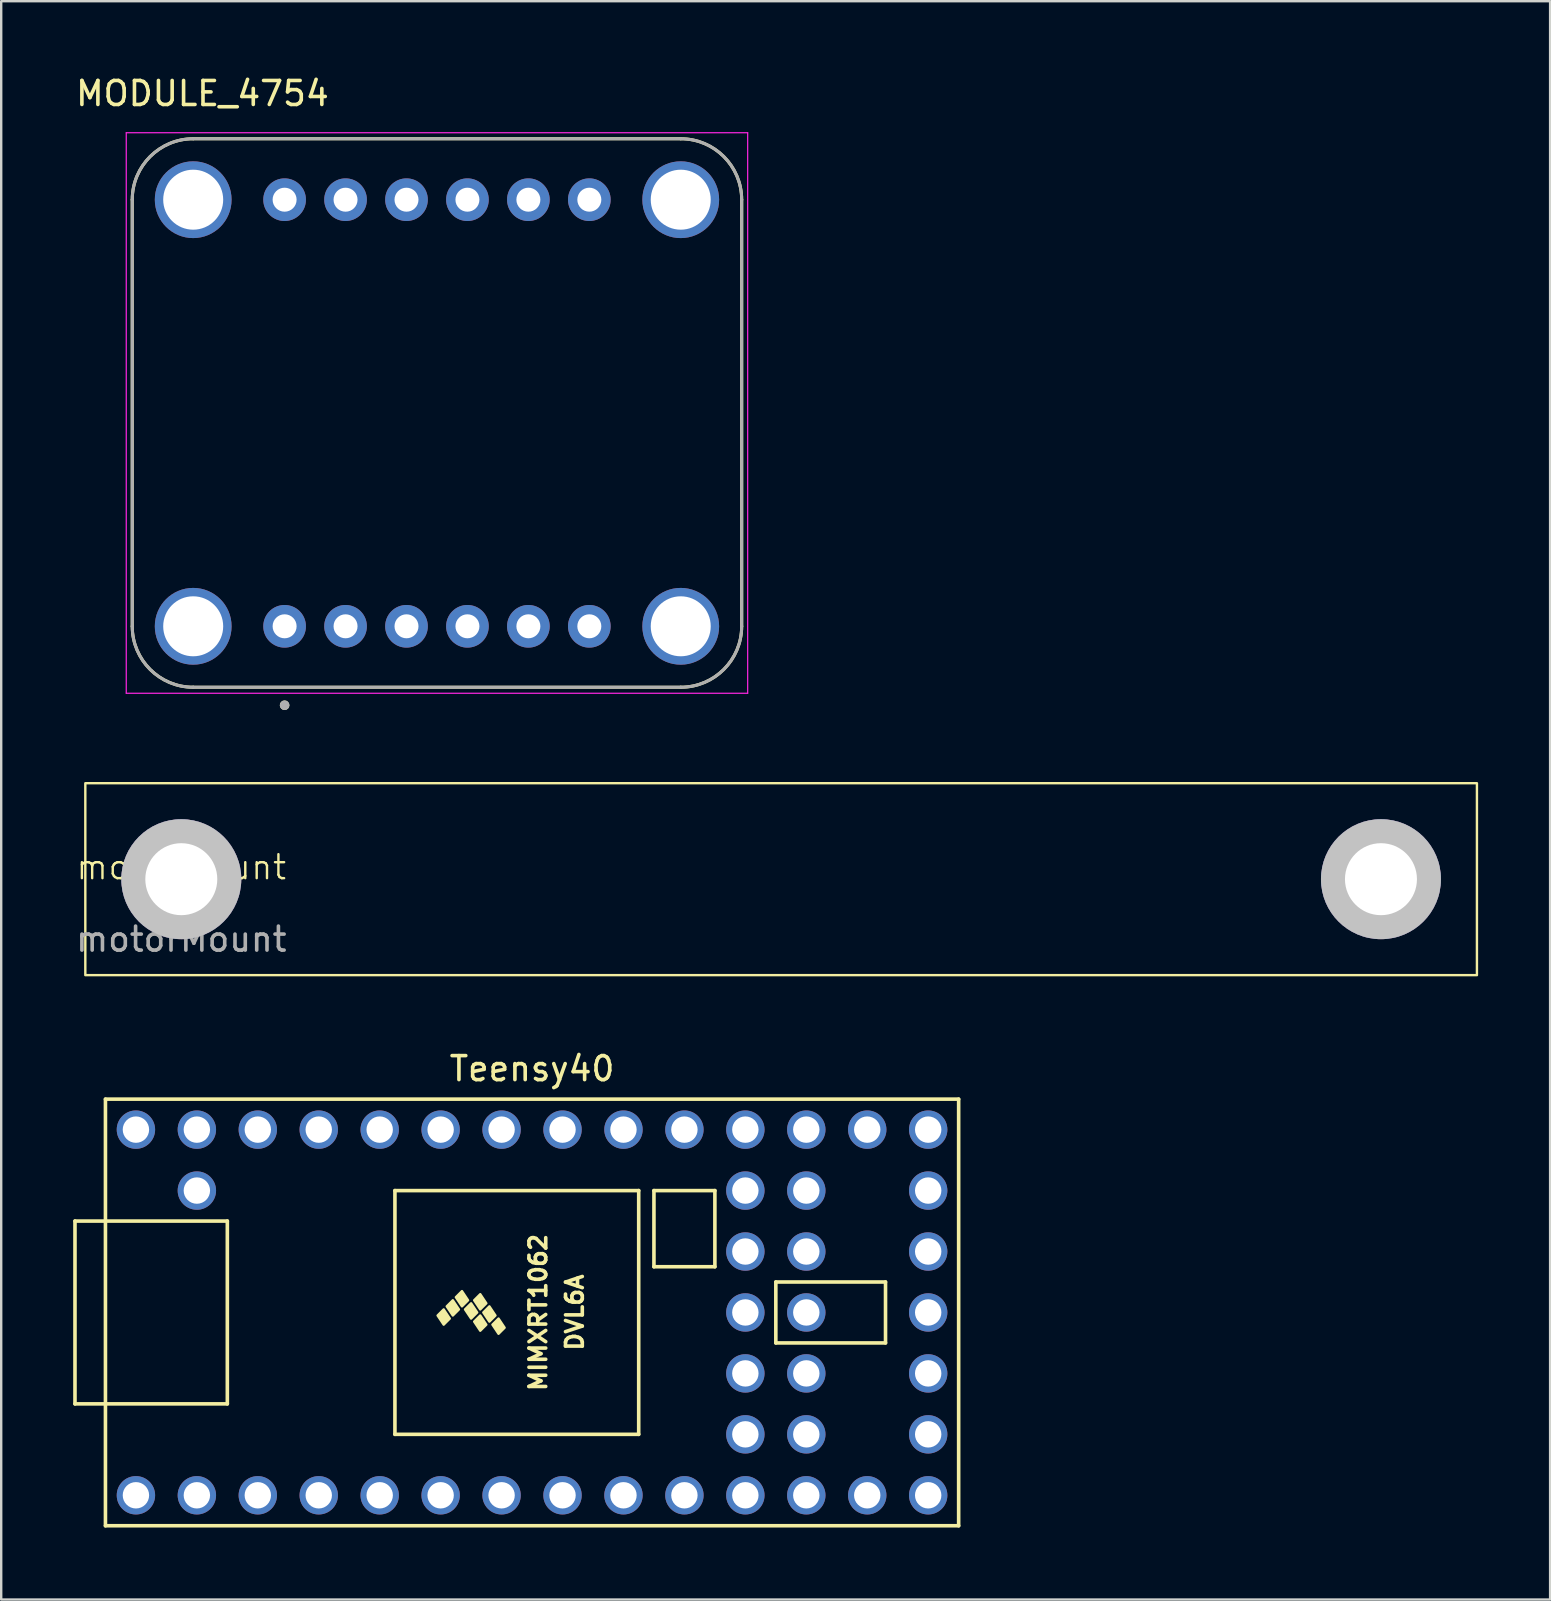
<source format=kicad_pcb>
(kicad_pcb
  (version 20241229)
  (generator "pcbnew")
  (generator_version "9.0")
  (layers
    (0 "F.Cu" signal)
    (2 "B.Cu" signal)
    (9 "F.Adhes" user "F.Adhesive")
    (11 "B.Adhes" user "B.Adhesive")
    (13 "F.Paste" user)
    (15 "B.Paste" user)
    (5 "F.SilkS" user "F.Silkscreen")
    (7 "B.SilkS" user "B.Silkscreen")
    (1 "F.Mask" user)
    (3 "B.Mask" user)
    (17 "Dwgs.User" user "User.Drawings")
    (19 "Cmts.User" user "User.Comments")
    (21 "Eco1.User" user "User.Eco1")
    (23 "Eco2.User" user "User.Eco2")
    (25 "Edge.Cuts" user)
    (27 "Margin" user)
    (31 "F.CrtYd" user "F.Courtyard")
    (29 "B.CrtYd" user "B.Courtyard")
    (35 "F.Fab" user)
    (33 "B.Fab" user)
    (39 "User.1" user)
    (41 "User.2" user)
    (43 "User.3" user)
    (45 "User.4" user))
  (footprint "MODULE_4754"
    (layer "F.Cu")
    (at 15.162 14.163)
    (property "Reference" "MODULE_4754" (at -9.775 -13.315 0) (layer "F.SilkS") (effects (font (size 1 1) (thickness 0.15))))
    (attr through_hole)
    (fp_line (start -12.7 -8.89) (end -12.7 8.89) (stroke (width 0.127) (type solid)) (layer "F.SilkS"))
    (fp_line (start -10.16 11.43) (end 10.16 11.43) (stroke (width 0.127) (type solid)) (layer "F.SilkS"))
    (fp_line (start 10.16 -11.43) (end -10.16 -11.43) (stroke (width 0.127) (type solid)) (layer "F.SilkS"))
    (fp_line (start 12.7 8.89) (end 12.7 -8.89) (stroke (width 0.127) (type solid)) (layer "F.SilkS"))
    (fp_arc (start -12.7 -8.89) (mid -11.956051 -10.686051) (end -10.16 -11.43) (stroke (width 0.127) (type solid)) (layer "F.SilkS"))
    (fp_arc (start -10.16 11.43) (mid -11.956051 10.686051) (end -12.7 8.89) (stroke (width 0.127) (type solid)) (layer "F.SilkS"))
    (fp_arc (start 10.16 -11.43) (mid 11.956051 -10.686051) (end 12.7 -8.89) (stroke (width 0.127) (type solid)) (layer "F.SilkS"))
    (fp_arc (start 12.7 8.89) (mid 11.956051 10.686051) (end 10.16 11.43) (stroke (width 0.127) (type solid)) (layer "F.SilkS"))
    (fp_circle (center -6.35 12.18) (end -6.25 12.18) (stroke (width 0.2) (type solid)) (fill no) (layer "F.SilkS"))
    (fp_line (start -12.95 -11.68) (end -12.95 11.68) (stroke (width 0.05) (type solid)) (layer "F.CrtYd"))
    (fp_line (start -12.95 11.68) (end 12.95 11.68) (stroke (width 0.05) (type solid)) (layer "F.CrtYd"))
    (fp_line (start 12.95 -11.68) (end -12.95 -11.68) (stroke (width 0.05) (type solid)) (layer "F.CrtYd"))
    (fp_line (start 12.95 11.68) (end 12.95 -11.68) (stroke (width 0.05) (type solid)) (layer "F.CrtYd"))
    (fp_line (start -12.7 -8.89) (end -12.7 8.89) (stroke (width 0.127) (type solid)) (layer "F.Fab"))
    (fp_line (start -10.16 11.43) (end 10.16 11.43) (stroke (width 0.127) (type solid)) (layer "F.Fab"))
    (fp_line (start 10.16 -11.43) (end -10.16 -11.43) (stroke (width 0.127) (type solid)) (layer "F.Fab"))
    (fp_line (start 12.7 8.89) (end 12.7 -8.89) (stroke (width 0.127) (type solid)) (layer "F.Fab"))
    (fp_arc (start -12.7 -8.89) (mid -11.956051 -10.686051) (end -10.16 -11.43) (stroke (width 0.127) (type solid)) (layer "F.Fab"))
    (fp_arc (start -10.16 11.43) (mid -11.956051 10.686051) (end -12.7 8.89) (stroke (width 0.127) (type solid)) (layer "F.Fab"))
    (fp_arc (start 10.16 -11.43) (mid 11.956051 -10.686051) (end 12.7 -8.89) (stroke (width 0.127) (type solid)) (layer "F.Fab"))
    (fp_arc (start 12.7 8.89) (mid 11.956051 10.686051) (end 10.16 11.43) (stroke (width 0.127) (type solid)) (layer "F.Fab"))
    (fp_circle (center -6.35 12.18) (end -6.25 12.18) (stroke (width 0.2) (type solid)) (fill no) (layer "F.Fab"))
    (pad "JP1_1" thru_hole circle (at -6.35 8.89) (size 1.778 1.778) (drill 1) (layers "*.Cu" "*.Mask"))
    (pad "JP1_2" thru_hole circle (at -3.81 8.89) (size 1.778 1.778) (drill 1) (layers "*.Cu" "*.Mask"))
    (pad "JP1_3" thru_hole circle (at -1.27 8.89) (size 1.778 1.778) (drill 1) (layers "*.Cu" "*.Mask"))
    (pad "JP1_4" thru_hole circle (at 1.27 8.89) (size 1.778 1.778) (drill 1) (layers "*.Cu" "*.Mask"))
    (pad "JP1_5" thru_hole circle (at 3.81 8.89) (size 1.778 1.778) (drill 1) (layers "*.Cu" "*.Mask"))
    (pad "JP1_6" thru_hole circle (at 6.35 8.89) (size 1.778 1.778) (drill 1) (layers "*.Cu" "*.Mask"))
    (pad "JP2_1" thru_hole circle (at -6.35 -8.89) (size 1.778 1.778) (drill 1) (layers "*.Cu" "*.Mask"))
    (pad "JP2_2" thru_hole circle (at -3.81 -8.89) (size 1.778 1.778) (drill 1) (layers "*.Cu" "*.Mask"))
    (pad "JP2_3" thru_hole circle (at -1.27 -8.89) (size 1.778 1.778) (drill 1) (layers "*.Cu" "*.Mask"))
    (pad "JP2_4" thru_hole circle (at 1.27 -8.89) (size 1.778 1.778) (drill 1) (layers "*.Cu" "*.Mask"))
    (pad "JP2_5" thru_hole circle (at 3.81 -8.89) (size 1.778 1.778) (drill 1) (layers "*.Cu" "*.Mask"))
    (pad "JP2_6" thru_hole circle (at 6.35 -8.89) (size 1.778 1.778) (drill 1) (layers "*.Cu" "*.Mask"))
    (pad "P1" thru_hole circle (at -10.16 -8.89) (size 3.2 3.2) (drill 2.5) (layers "*.Cu" "*.Mask"))
    (pad "P2" thru_hole circle (at 10.16 -8.89) (size 3.2 3.2) (drill 2.5) (layers "*.Cu" "*.Mask"))
    (pad "P3" thru_hole circle (at -10.16 8.89) (size 3.2 3.2) (drill 2.5) (layers "*.Cu" "*.Mask"))
    (pad "P4" thru_hole circle (at 10.16 8.89) (size 3.2 3.2) (drill 2.5) (layers "*.Cu" "*.Mask")))
  (footprint "Teensy40"
    (layer "F.Cu")
    (at 19.125 51.651)
    (property "Reference" "Teensy40" (at 0 -10.16 0) (layer "F.SilkS") (effects (font (size 1 1) (thickness 0.15))))
    (attr through_hole)
    (fp_line (start -19.05 -3.81) (end -17.78 -3.81) (stroke (width 0.15) (type solid)) (layer "F.SilkS"))
    (fp_line (start -19.05 3.81) (end -19.05 -3.81) (stroke (width 0.15) (type solid)) (layer "F.SilkS"))
    (fp_line (start -17.78 -8.89) (end 17.78 -8.89) (stroke (width 0.15) (type solid)) (layer "F.SilkS"))
    (fp_line (start -17.78 3.81) (end -19.05 3.81) (stroke (width 0.15) (type solid)) (layer "F.SilkS"))
    (fp_line (start -17.78 8.89) (end -17.78 -8.89) (stroke (width 0.15) (type solid)) (layer "F.SilkS"))
    (fp_line (start -12.7 -3.81) (end -17.78 -3.81) (stroke (width 0.15) (type solid)) (layer "F.SilkS"))
    (fp_line (start -12.7 3.81) (end -17.78 3.81) (stroke (width 0.15) (type solid)) (layer "F.SilkS"))
    (fp_line (start -12.7 3.81) (end -12.7 -3.81) (stroke (width 0.15) (type solid)) (layer "F.SilkS"))
    (fp_line (start -5.715 -5.08) (end -5.715 5.08) (stroke (width 0.15) (type solid)) (layer "F.SilkS"))
    (fp_line (start 4.445 -5.08) (end -5.715 -5.08) (stroke (width 0.15) (type solid)) (layer "F.SilkS"))
    (fp_line (start 4.445 5.08) (end -5.715 5.08) (stroke (width 0.15) (type solid)) (layer "F.SilkS"))
    (fp_line (start 4.445 5.08) (end 4.445 -5.08) (stroke (width 0.15) (type solid)) (layer "F.SilkS"))
    (fp_line (start 5.08 -5.08) (end 7.62 -5.08) (stroke (width 0.15) (type solid)) (layer "F.SilkS"))
    (fp_line (start 5.08 -1.905) (end 5.08 -5.08) (stroke (width 0.15) (type solid)) (layer "F.SilkS"))
    (fp_line (start 7.62 -5.08) (end 7.62 -1.905) (stroke (width 0.15) (type solid)) (layer "F.SilkS"))
    (fp_line (start 7.62 -1.905) (end 5.08 -1.905) (stroke (width 0.15) (type solid)) (layer "F.SilkS"))
    (fp_line (start 10.16 -1.27) (end 14.732 -1.27) (stroke (width 0.15) (type solid)) (layer "F.SilkS"))
    (fp_line (start 10.16 1.27) (end 10.16 -1.27) (stroke (width 0.15) (type solid)) (layer "F.SilkS"))
    (fp_line (start 14.732 -1.27) (end 14.732 1.27) (stroke (width 0.15) (type solid)) (layer "F.SilkS"))
    (fp_line (start 14.732 1.27) (end 10.16 1.27) (stroke (width 0.15) (type solid)) (layer "F.SilkS"))
    (fp_line (start 17.78 -8.89) (end 17.78 8.89) (stroke (width 0.15) (type solid)) (layer "F.SilkS"))
    (fp_line (start 17.78 8.89) (end -17.78 8.89) (stroke (width 0.15) (type solid)) (layer "F.SilkS"))
    (fp_poly (pts (xy -3.937 0.127) (xy -3.683 -0.127) (xy -3.429 0.254) (xy -3.683 0.508)) (stroke (width 0.1) (type solid)) (fill yes) (layer "F.SilkS"))
    (fp_poly (pts (xy -3.556 -0.254) (xy -3.302 -0.508) (xy -3.048 -0.127) (xy -3.302 0.127)) (stroke (width 0.1) (type solid)) (fill yes) (layer "F.SilkS"))
    (fp_poly (pts (xy -3.175 -0.635) (xy -2.921 -0.889) (xy -2.667 -0.508) (xy -2.921 -0.254)) (stroke (width 0.1) (type solid)) (fill yes) (layer "F.SilkS"))
    (fp_poly (pts (xy -2.794 -0.127) (xy -2.54 -0.381) (xy -2.286 0) (xy -2.54 0.254)) (stroke (width 0.1) (type solid)) (fill yes) (layer "F.SilkS"))
    (fp_poly (pts (xy -2.413 -0.508) (xy -2.159 -0.762) (xy -1.905 -0.381) (xy -2.159 -0.127)) (stroke (width 0.1) (type solid)) (fill yes) (layer "F.SilkS"))
    (fp_poly (pts (xy -2.413 0.381) (xy -2.159 0.127) (xy -1.905 0.508) (xy -2.159 0.762)) (stroke (width 0.1) (type solid)) (fill yes) (layer "F.SilkS"))
    (fp_poly (pts (xy -2.032 0) (xy -1.778 -0.254) (xy -1.524 0.127) (xy -1.778 0.381)) (stroke (width 0.1) (type solid)) (fill yes) (layer "F.SilkS"))
    (fp_poly (pts (xy -1.651 0.508) (xy -1.397 0.254) (xy -1.143 0.635) (xy -1.397 0.889)) (stroke (width 0.1) (type solid)) (fill yes) (layer "F.SilkS"))
    (fp_text user "DVL6A" (at 1.778 0 90) (layer "F.SilkS") (effects (font (size 0.7 0.7) (thickness 0.15))))
    (fp_text user "MIMXRT1062" (at 0.254 0 90) (layer "F.SilkS") (effects (font (size 0.7 0.7) (thickness 0.15))))
    (pad "1" thru_hole circle (at -16.51 7.62) (size 1.6 1.6) (drill 1.1) (layers "*.Cu" "*.Mask"))
    (pad "2" thru_hole circle (at -13.97 7.62) (size 1.6 1.6) (drill 1.1) (layers "*.Cu" "*.Mask"))
    (pad "3" thru_hole circle (at -11.43 7.62) (size 1.6 1.6) (drill 1.1) (layers "*.Cu" "*.Mask"))
    (pad "4" thru_hole circle (at -8.89 7.62) (size 1.6 1.6) (drill 1.1) (layers "*.Cu" "*.Mask"))
    (pad "5" thru_hole circle (at -6.35 7.62) (size 1.6 1.6) (drill 1.1) (layers "*.Cu" "*.Mask"))
    (pad "6" thru_hole circle (at -3.81 7.62) (size 1.6 1.6) (drill 1.1) (layers "*.Cu" "*.Mask"))
    (pad "7" thru_hole circle (at -1.27 7.62) (size 1.6 1.6) (drill 1.1) (layers "*.Cu" "*.Mask"))
    (pad "8" thru_hole circle (at 1.27 7.62) (size 1.6 1.6) (drill 1.1) (layers "*.Cu" "*.Mask"))
    (pad "9" thru_hole circle (at 3.81 7.62) (size 1.6 1.6) (drill 1.1) (layers "*.Cu" "*.Mask"))
    (pad "10" thru_hole circle (at 6.35 7.62) (size 1.6 1.6) (drill 1.1) (layers "*.Cu" "*.Mask"))
    (pad "11" thru_hole circle (at 8.89 7.62) (size 1.6 1.6) (drill 1.1) (layers "*.Cu" "*.Mask"))
    (pad "12" thru_hole circle (at 11.43 7.62) (size 1.6 1.6) (drill 1.1) (layers "*.Cu" "*.Mask"))
    (pad "13" thru_hole circle (at 13.97 7.62) (size 1.6 1.6) (drill 1.1) (layers "*.Cu" "*.Mask"))
    (pad "14" thru_hole circle (at 16.51 7.62) (size 1.6 1.6) (drill 1.1) (layers "*.Cu" "*.Mask"))
    (pad "15" thru_hole circle (at 16.51 5.08) (size 1.6 1.6) (drill 1.1) (layers "*.Cu" "*.Mask"))
    (pad "16" thru_hole circle (at 16.51 2.54) (size 1.6 1.6) (drill 1.1) (layers "*.Cu" "*.Mask"))
    (pad "17" thru_hole circle (at 16.51 0) (size 1.6 1.6) (drill 1.1) (layers "*.Cu" "*.Mask"))
    (pad "18" thru_hole circle (at 16.51 -2.54) (size 1.6 1.6) (drill 1.1) (layers "*.Cu" "*.Mask"))
    (pad "19" thru_hole circle (at 16.51 -5.08) (size 1.6 1.6) (drill 1.1) (layers "*.Cu" "*.Mask"))
    (pad "20" thru_hole circle (at 16.51 -7.62) (size 1.6 1.6) (drill 1.1) (layers "*.Cu" "*.Mask"))
    (pad "21" thru_hole circle (at 13.97 -7.62) (size 1.6 1.6) (drill 1.1) (layers "*.Cu" "*.Mask"))
    (pad "22" thru_hole circle (at 11.43 -7.62) (size 1.6 1.6) (drill 1.1) (layers "*.Cu" "*.Mask"))
    (pad "23" thru_hole circle (at 8.89 -7.62) (size 1.6 1.6) (drill 1.1) (layers "*.Cu" "*.Mask"))
    (pad "24" thru_hole circle (at 6.35 -7.62) (size 1.6 1.6) (drill 1.1) (layers "*.Cu" "*.Mask"))
    (pad "25" thru_hole circle (at 3.81 -7.62) (size 1.6 1.6) (drill 1.1) (layers "*.Cu" "*.Mask"))
    (pad "26" thru_hole circle (at 1.27 -7.62) (size 1.6 1.6) (drill 1.1) (layers "*.Cu" "*.Mask"))
    (pad "27" thru_hole circle (at -1.27 -7.62) (size 1.6 1.6) (drill 1.1) (layers "*.Cu" "*.Mask"))
    (pad "28" thru_hole circle (at -3.81 -7.62) (size 1.6 1.6) (drill 1.1) (layers "*.Cu" "*.Mask"))
    (pad "29" thru_hole circle (at -6.35 -7.62) (size 1.6 1.6) (drill 1.1) (layers "*.Cu" "*.Mask"))
    (pad "30" thru_hole circle (at -8.89 -7.62) (size 1.6 1.6) (drill 1.1) (layers "*.Cu" "*.Mask"))
    (pad "31" thru_hole circle (at -11.43 -7.62) (size 1.6 1.6) (drill 1.1) (layers "*.Cu" "*.Mask"))
    (pad "32" thru_hole circle (at -13.97 -7.62) (size 1.6 1.6) (drill 1.1) (layers "*.Cu" "*.Mask"))
    (pad "33" thru_hole circle (at -16.51 -7.62) (size 1.6 1.6) (drill 1.1) (layers "*.Cu" "*.Mask"))
    (pad "34" thru_hole circle (at -13.97 -5.08) (size 1.6 1.6) (drill 1.1) (layers "*.Cu" "*.Mask"))
    (pad "35" thru_hole circle (at 11.43 -5.08) (size 1.6 1.6) (drill 1.1) (layers "*.Cu" "*.Mask"))
    (pad "36" thru_hole circle (at 8.89 -5.08) (size 1.6 1.6) (drill 1.1) (layers "*.Cu" "*.Mask"))
    (pad "37" thru_hole circle (at 11.43 -2.54) (size 1.6 1.6) (drill 1.1) (layers "*.Cu" "*.Mask"))
    (pad "38" thru_hole circle (at 8.89 -2.54) (size 1.6 1.6) (drill 1.1) (layers "*.Cu" "*.Mask"))
    (pad "39" thru_hole circle (at 11.43 0) (size 1.6 1.6) (drill 1.1) (layers "*.Cu" "*.Mask"))
    (pad "40" thru_hole circle (at 8.89 0) (size 1.6 1.6) (drill 1.1) (layers "*.Cu" "*.Mask"))
    (pad "41" thru_hole circle (at 11.43 2.54) (size 1.6 1.6) (drill 1.1) (layers "*.Cu" "*.Mask"))
    (pad "42" thru_hole circle (at 8.89 2.54) (size 1.6 1.6) (drill 1.1) (layers "*.Cu" "*.Mask"))
    (pad "43" thru_hole circle (at 11.43 5.08) (size 1.6 1.6) (drill 1.1) (layers "*.Cu" "*.Mask"))
    (pad "44" thru_hole circle (at 8.89 5.08) (size 1.6 1.6) (drill 1.1) (layers "*.Cu" "*.Mask")))
  (footprint "motorMount"
    (layer "F.Cu")
    (at 4.506 33.593)
    (property "Reference" "motorMount" (at 0 -0.5 0) (unlocked yes) (layer "F.SilkS") (effects (font (size 1 1) (thickness 0.1))))
    (attr through_hole)
    (fp_rect (start -4 -4) (end 54 4) (stroke (width 0.1) (type default)) (fill no) (layer "F.SilkS"))
    (fp_text user "${REFERENCE}" (at 0 2.5 0) (unlocked yes) (layer "F.Fab") (effects (font (size 1 1) (thickness 0.15))))
    (pad "1" thru_hole circle (at 0 0) (size 5 5) (drill 3) (layers "*.Cu" "*.Mask" "Dwgs.User"))
    (pad "1" thru_hole circle (at 50 0) (size 5 5) (drill 3) (layers "*.Cu" "*.Mask" "Dwgs.User")))
  (gr_rect
    (start -3 -3)
    (end 61.556 63.617)
    (stroke (width 0.1) (type default))
    (fill no)
    (layer "Edge.Cuts")))
</source>
